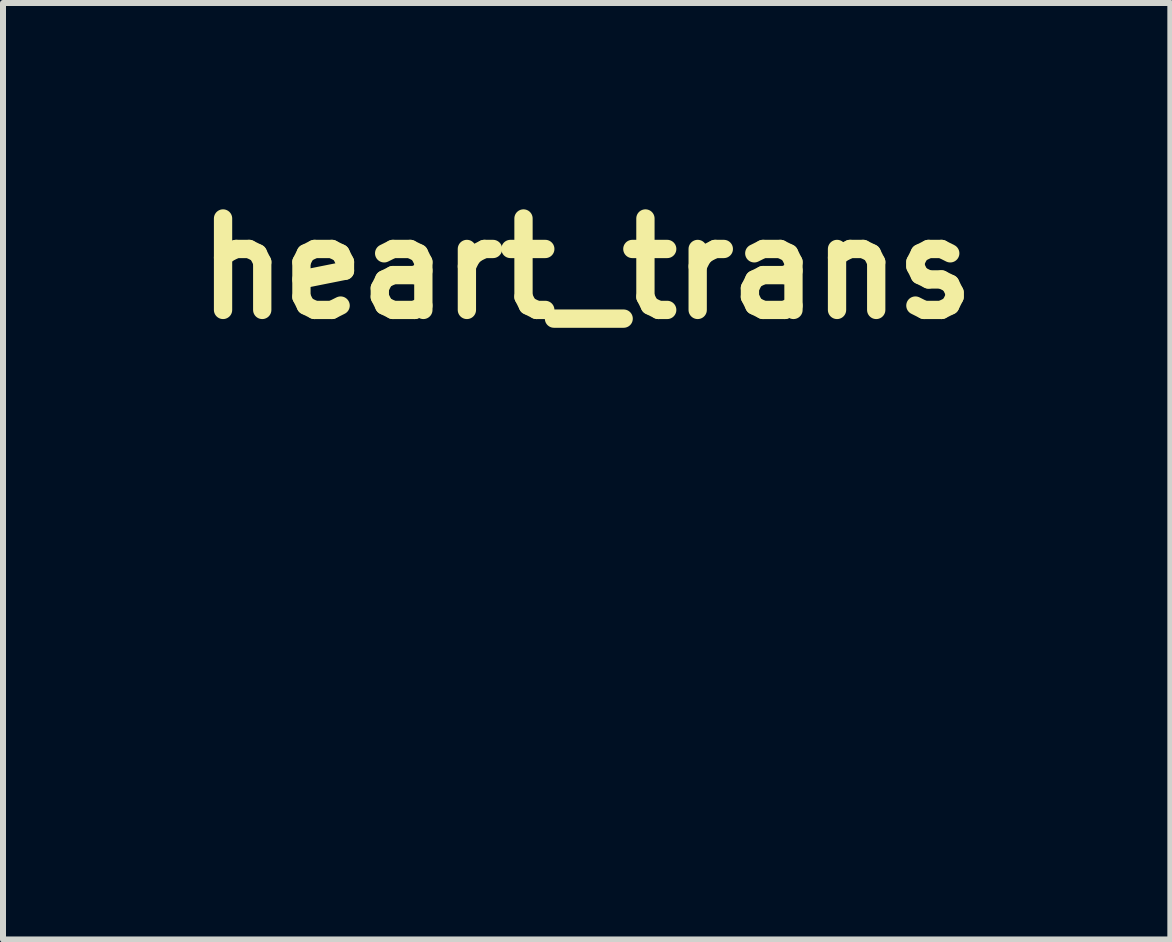
<source format=kicad_pcb>
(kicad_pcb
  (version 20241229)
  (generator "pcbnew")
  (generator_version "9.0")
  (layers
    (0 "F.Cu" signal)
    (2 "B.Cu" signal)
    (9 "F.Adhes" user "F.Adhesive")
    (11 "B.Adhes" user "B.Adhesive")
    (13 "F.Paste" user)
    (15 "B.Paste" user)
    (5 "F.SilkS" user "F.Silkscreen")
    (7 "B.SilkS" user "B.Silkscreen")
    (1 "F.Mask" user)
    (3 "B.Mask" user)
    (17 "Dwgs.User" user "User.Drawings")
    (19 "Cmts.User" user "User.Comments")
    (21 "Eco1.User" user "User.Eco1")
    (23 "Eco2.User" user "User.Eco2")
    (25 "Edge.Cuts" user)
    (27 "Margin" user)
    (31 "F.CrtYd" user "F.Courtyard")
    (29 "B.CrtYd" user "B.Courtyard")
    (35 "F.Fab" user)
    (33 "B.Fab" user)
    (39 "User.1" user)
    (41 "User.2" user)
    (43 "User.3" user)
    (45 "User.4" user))
  (footprint "heart_trans"
    (layer "F.Cu")
    (at 6.727 7.017)
    (property "Reference" "heart_trans" (at 0 -5.591 0) (layer "F.SilkS") (effects (font (size 1.524 1.524) (thickness 0.305))))
    (attr smd)
    (fp_poly (pts (xy 0 2.543) (xy -2.539 0.007) (xy -2.642 -0.106) (xy -2.731 -0.227) (xy -2.806 -0.354) (xy -2.868 -0.487) (xy -2.915 -0.624) (xy -2.95 -0.764) (xy -2.97 -0.906) (xy -2.977 -1.049) (xy -2.97 -1.192) (xy -2.95 -1.334) (xy -2.915 -1.474) (xy -2.867 -1.611) (xy -2.806 -1.744) (xy -2.73 -1.871) (xy -2.641 -1.992) (xy -2.539 -2.105) (xy -2.425 -2.208) (xy -2.304 -2.297) (xy -2.177 -2.372) (xy -2.044 -2.433) (xy -1.907 -2.481) (xy -1.767 -2.516) (xy -1.624 -2.536) (xy -1.481 -2.543) (xy -1.338 -2.536) (xy -1.195 -2.516) (xy -1.055 -2.481) (xy -0.918 -2.434) (xy -0.785 -2.372) (xy -0.658 -2.297) (xy -0.537 -2.208) (xy -0.423 -2.106) (xy 0.002 -1.683) (xy 0.423 -2.106) (xy 0.537 -2.208) (xy 0.658 -2.297) (xy 0.785 -2.372) (xy 0.918 -2.434) (xy 1.055 -2.481) (xy 1.195 -2.516) (xy 1.338 -2.536) (xy 1.481 -2.543) (xy 1.624 -2.536) (xy 1.767 -2.516) (xy 1.907 -2.481) (xy 2.044 -2.433) (xy 2.177 -2.372) (xy 2.304 -2.297) (xy 2.425 -2.208) (xy 2.539 -2.105) (xy 2.641 -1.992) (xy 2.73 -1.871) (xy 2.806 -1.744) (xy 2.867 -1.611) (xy 2.915 -1.474) (xy 2.95 -1.334) (xy 2.97 -1.192) (xy 2.977 -1.049) (xy 2.97 -0.906) (xy 2.95 -0.764) (xy 2.915 -0.624) (xy 2.868 -0.487) (xy 2.806 -0.354) (xy 2.731 -0.227) (xy 2.642 -0.106) (xy 2.539 0.007) (xy 0 2.543)) (stroke (width 0.094) (type solid)) (fill yes) (layer "F.Mask"))
    (fp_poly (pts (xy -1.481 -2.324) (xy -1.603 -2.318) (xy -1.725 -2.301) (xy -1.845 -2.272) (xy -1.962 -2.231) (xy -2.075 -2.178) (xy -2.184 -2.114) (xy -2.287 -2.038) (xy -2.384 -1.951) (xy -2.472 -1.853) (xy -2.548 -1.75) (xy -2.612 -1.642) (xy -2.665 -1.529) (xy -2.706 -1.412) (xy -2.735 -1.293) (xy -2.753 -1.171) (xy -2.758 -1.049) (xy -2.753 -0.927) (xy -2.735 -0.805) (xy -2.706 -0.686) (xy -2.665 -0.569) (xy -2.613 -0.456) (xy -2.548 -0.348) (xy -2.472 -0.244) (xy -2.381 -0.143) (xy 0.000035 2.234) (xy 2.381 -0.143) (xy 2.473 -0.244) (xy 2.548 -0.348) (xy 2.612 -0.456) (xy 2.665 -0.569) (xy 2.706 -0.686) (xy 2.735 -0.805) (xy 2.753 -0.927) (xy 2.758 -1.049) (xy 2.753 -1.171) (xy 2.735 -1.293) (xy 2.706 -1.412) (xy 2.665 -1.529) (xy 2.612 -1.642) (xy 2.548 -1.75) (xy 2.472 -1.853) (xy 2.384 -1.951) (xy 2.287 -2.038) (xy 2.184 -2.114) (xy 2.075 -2.178) (xy 1.962 -2.231) (xy 1.845 -2.272) (xy 1.725 -2.301) (xy 1.604 -2.318) (xy 1.481 -2.324) (xy 1.358 -2.318) (xy 1.237 -2.301) (xy 1.117 -2.272) (xy 1 -2.231) (xy 0.887 -2.179) (xy 0.778 -2.115) (xy 0.675 -2.039) (xy 0.574 -1.947) (xy 0.156 -1.529) (xy 0.122 -1.501) (xy 0.084 -1.481) (xy 0.002 -1.465) (xy -0.08 -1.481) (xy -0.118 -1.5) (xy -0.152 -1.528) (xy -0.573 -1.947) (xy -0.675 -2.039) (xy -0.778 -2.115) (xy -0.887 -2.179) (xy -1 -2.231) (xy -1.117 -2.272) (xy -1.237 -2.301) (xy -1.358 -2.318) (xy -1.481 -2.324)) (stroke (width 0) (type solid)) (fill yes) (layer "F.Mask")))
  (gr_rect
    (start -3 -3)
    (end 16.455 12.607)
    (stroke (width 0.1) (type default))
    (fill no)
    (layer "Edge.Cuts")))
</source>
